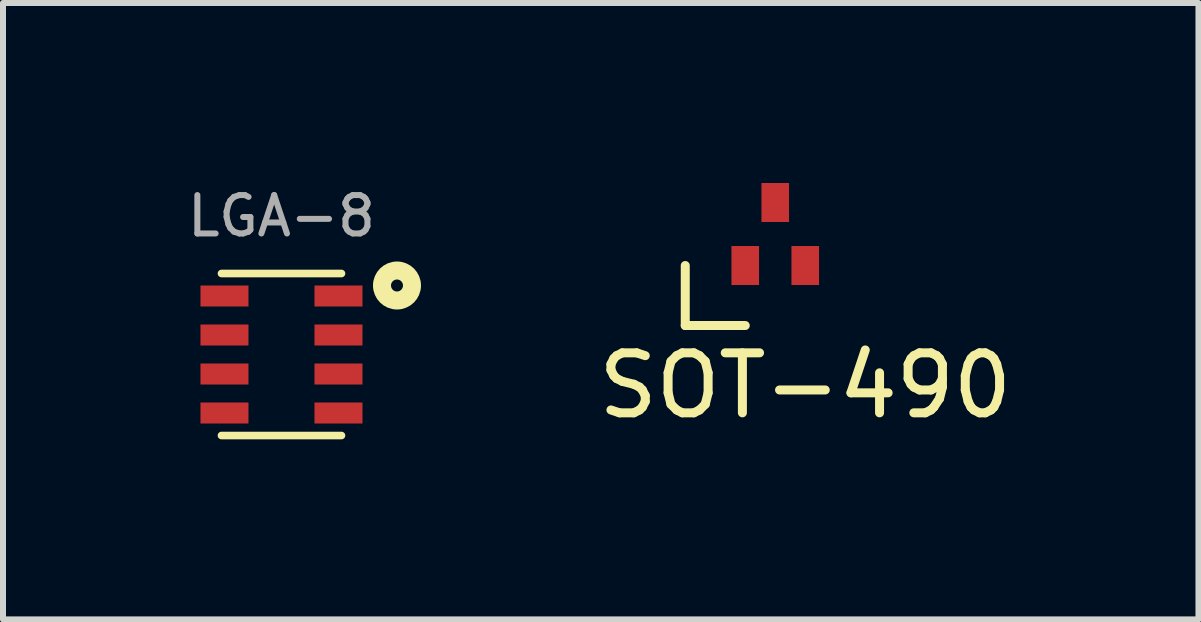
<source format=kicad_pcb>
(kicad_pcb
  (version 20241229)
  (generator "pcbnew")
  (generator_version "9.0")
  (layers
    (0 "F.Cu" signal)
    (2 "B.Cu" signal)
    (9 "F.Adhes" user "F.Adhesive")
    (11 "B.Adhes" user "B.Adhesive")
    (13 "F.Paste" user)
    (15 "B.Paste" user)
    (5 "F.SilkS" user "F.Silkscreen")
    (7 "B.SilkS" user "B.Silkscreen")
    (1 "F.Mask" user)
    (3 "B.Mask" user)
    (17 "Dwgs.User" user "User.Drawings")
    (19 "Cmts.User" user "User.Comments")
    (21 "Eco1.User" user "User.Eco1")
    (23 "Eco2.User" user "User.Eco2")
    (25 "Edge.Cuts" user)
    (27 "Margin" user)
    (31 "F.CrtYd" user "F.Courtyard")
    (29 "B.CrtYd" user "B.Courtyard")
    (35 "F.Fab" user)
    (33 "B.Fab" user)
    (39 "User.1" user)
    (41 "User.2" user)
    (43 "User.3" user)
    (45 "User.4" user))
  (footprint "LGA-8"
    (layer "F.Cu")
    (at 1.641 2.858)
    (property "Reference" "LGA-8" (at 0 -2.308 0) (layer "F.Fab") (effects (font (size 0.64 0.64) (thickness 0.1))))
    (attr smd)
    (fp_line (start -1 -1.35) (end 1 -1.35) (stroke (width 0.127) (type solid)) (layer "F.SilkS"))
    (fp_line (start -1 1.35) (end 1 1.35) (stroke (width 0.127) (type solid)) (layer "F.SilkS"))
    (fp_circle (center 1.925 -1.15) (end 2.025 -1.15) (stroke (width 0.3) (type solid)) (fill no) (layer "F.SilkS"))
    (pad "1" smd rect (at 0.95 -0.975) (size 0.8 0.35) (layers "F.Cu" "F.Mask" "F.Paste"))
    (pad "2" smd rect (at 0.95 -0.325) (size 0.8 0.35) (layers "F.Cu" "F.Mask" "F.Paste"))
    (pad "3" smd rect (at 0.95 0.325) (size 0.8 0.35) (layers "F.Cu" "F.Mask" "F.Paste"))
    (pad "4" smd rect (at 0.95 0.975) (size 0.8 0.35) (layers "F.Cu" "F.Mask" "F.Paste"))
    (pad "5" smd rect (at -0.95 0.975) (size 0.8 0.35) (layers "F.Cu" "F.Mask" "F.Paste"))
    (pad "6" smd rect (at -0.95 0.325) (size 0.8 0.35) (layers "F.Cu" "F.Mask" "F.Paste"))
    (pad "7" smd rect (at -0.95 -0.325) (size 0.8 0.35) (layers "F.Cu" "F.Mask" "F.Paste"))
    (pad "8" smd rect (at -0.95 -0.975) (size 0.8 0.35) (layers "F.Cu" "F.Mask" "F.Paste")))
  (footprint "SOT-490"
    (layer "F.Cu")
    (at 9.87 1.375)
    (property "Reference" "SOT-490" (at 0.5 2 0) (layer "F.SilkS") (effects (font (size 1 1) (thickness 0.15))))
    (attr through_hole)
    (fp_line (start -1.5 0) (end -1.5 1) (stroke (width 0.15) (type solid)) (layer "F.SilkS"))
    (fp_line (start -1.5 1) (end -0.5 1) (stroke (width 0.15) (type solid)) (layer "F.SilkS"))
    (pad "1" smd rect (at -0.5 0) (size 0.46 0.65) (layers "F.Cu" "F.Mask" "F.Paste"))
    (pad "2" smd rect (at 0.5 0) (size 0.46 0.65) (layers "F.Cu" "F.Mask" "F.Paste"))
    (pad "3" smd rect (at 0 -1.05) (size 0.46 0.65) (layers "F.Cu" "F.Mask" "F.Paste")))
  (gr_rect
    (start -3 -3)
    (end 16.923 7.272)
    (stroke (width 0.1) (type default))
    (fill no)
    (layer "Edge.Cuts")))
</source>
